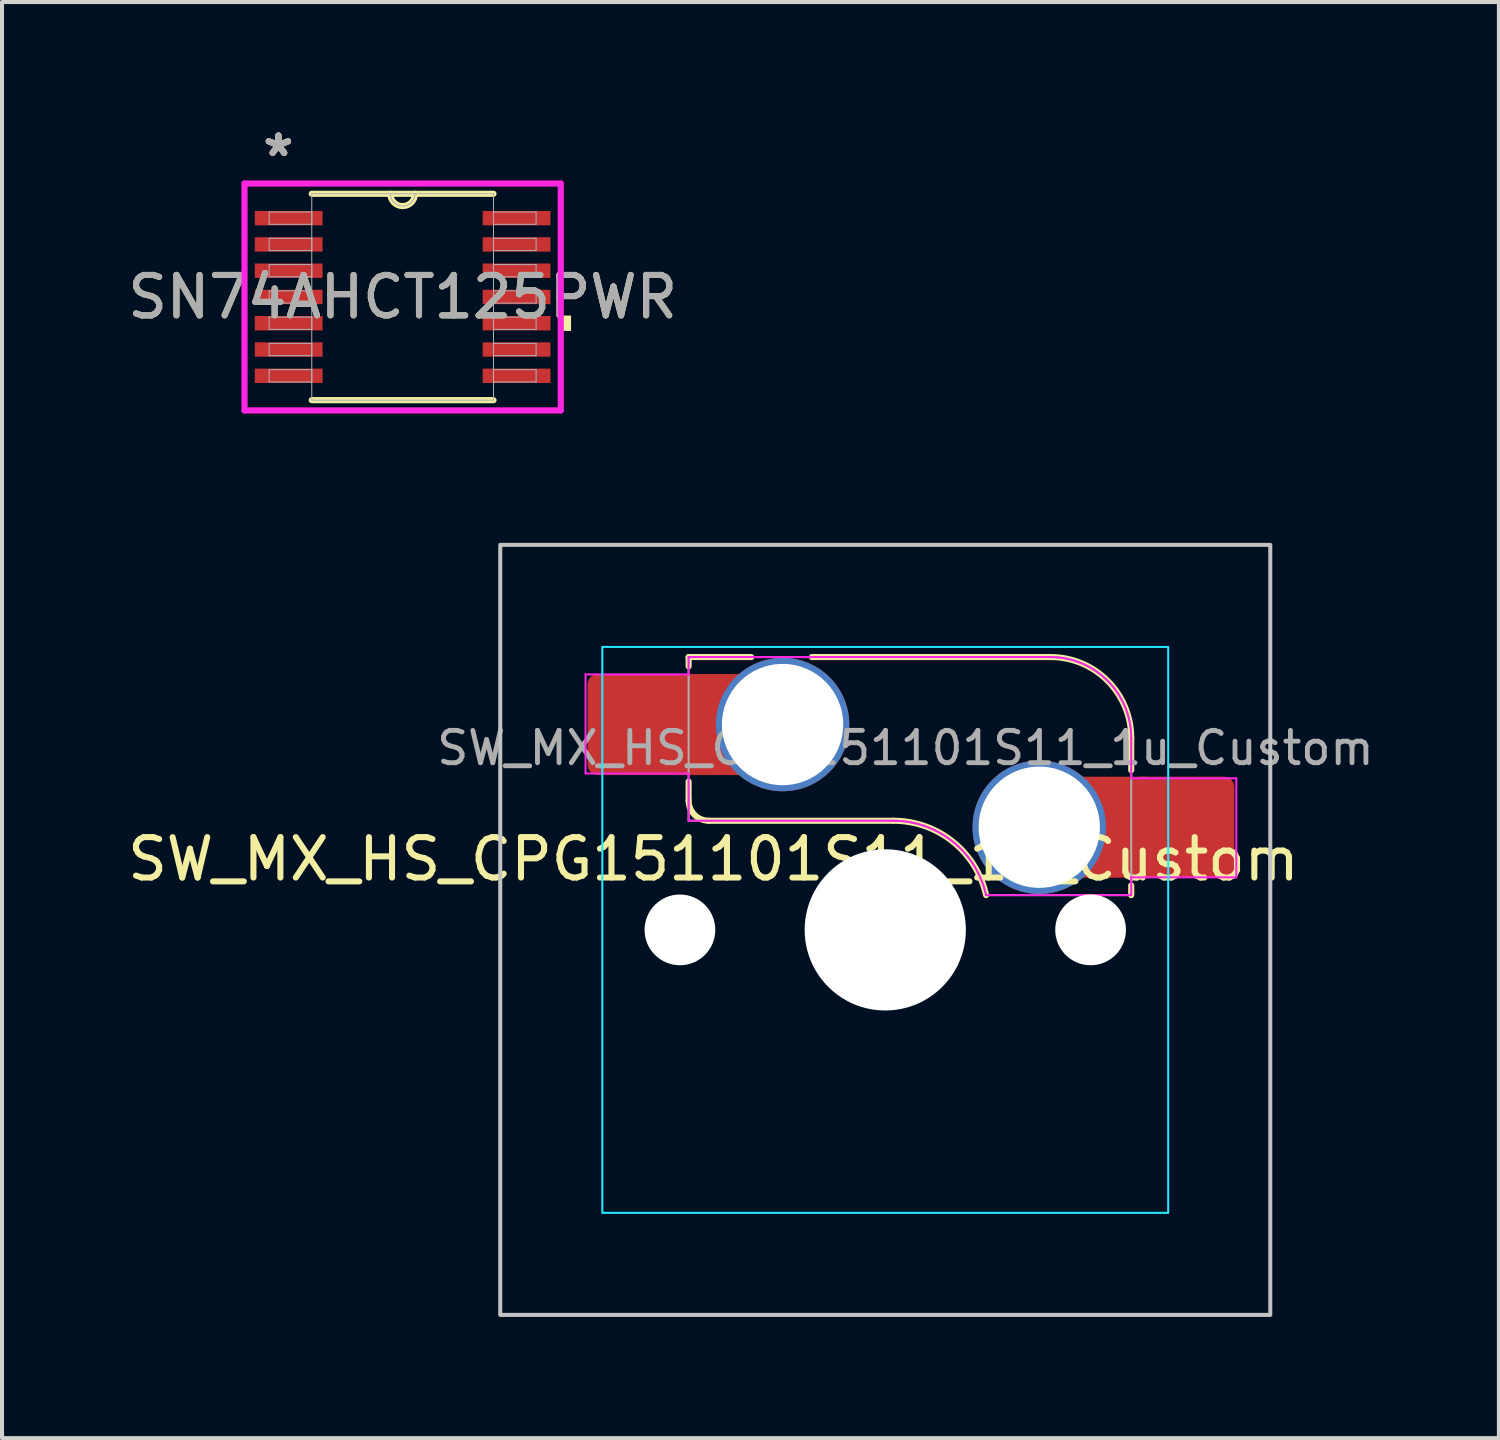
<source format=kicad_pcb>
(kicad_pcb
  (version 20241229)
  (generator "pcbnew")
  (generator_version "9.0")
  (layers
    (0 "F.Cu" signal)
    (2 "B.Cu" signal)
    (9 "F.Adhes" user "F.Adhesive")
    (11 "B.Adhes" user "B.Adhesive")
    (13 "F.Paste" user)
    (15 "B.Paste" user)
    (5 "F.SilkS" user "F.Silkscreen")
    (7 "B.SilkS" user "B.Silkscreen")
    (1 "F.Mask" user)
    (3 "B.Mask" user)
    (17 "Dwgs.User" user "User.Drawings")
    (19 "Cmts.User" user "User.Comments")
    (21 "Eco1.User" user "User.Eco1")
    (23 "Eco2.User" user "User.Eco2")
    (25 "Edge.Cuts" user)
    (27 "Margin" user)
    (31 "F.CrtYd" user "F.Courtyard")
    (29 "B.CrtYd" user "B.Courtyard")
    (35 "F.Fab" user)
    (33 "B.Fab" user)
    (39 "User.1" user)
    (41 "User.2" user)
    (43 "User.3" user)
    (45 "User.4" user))
  (footprint "SN74AHCT125PWR"
    (layer "F.Cu")
    (at 6.911 4.297)
    (property "Reference" "SN74AHCT125PWR" (at 0 0 0) (unlocked yes) (layer "F.SilkS") (effects (font (size 1 1) (thickness 0.15))))
    (attr smd)
    (fp_line (start -2.248 2.553) (end 2.248 2.553) (stroke (width 0.152) (type solid)) (layer "F.SilkS"))
    (fp_line (start 2.248 -2.553) (end -2.248 -2.553) (stroke (width 0.152) (type solid)) (layer "F.SilkS"))
    (fp_arc (start 0.3048 -2.5527) (mid 0 -2.2479) (end -0.3048 -2.5527) (stroke (width 0.1524) (type solid)) (layer "F.SilkS"))
    (fp_poly (pts (xy 4.166 0.459) (xy 4.166 0.84) (xy 3.912 0.84) (xy 3.912 0.459)) (stroke (width 0) (type solid)) (fill yes) (layer "F.SilkS"))
    (fp_line (start -3.912 -2.807) (end 3.912 -2.807) (stroke (width 0.152) (type solid)) (layer "F.CrtYd"))
    (fp_line (start -3.912 2.807) (end -3.912 -2.807) (stroke (width 0.152) (type solid)) (layer "F.CrtYd"))
    (fp_line (start 3.912 -2.807) (end 3.912 2.807) (stroke (width 0.152) (type solid)) (layer "F.CrtYd"))
    (fp_line (start 3.912 2.807) (end -3.912 2.807) (stroke (width 0.152) (type solid)) (layer "F.CrtYd"))
    (fp_line (start -3.302 -2.102) (end -3.302 -1.798) (stroke (width 0.025) (type solid)) (layer "F.Fab"))
    (fp_line (start -3.302 -1.798) (end -2.248 -1.798) (stroke (width 0.025) (type solid)) (layer "F.Fab"))
    (fp_line (start -3.302 -1.452) (end -3.302 -1.148) (stroke (width 0.025) (type solid)) (layer "F.Fab"))
    (fp_line (start -3.302 -1.148) (end -2.248 -1.148) (stroke (width 0.025) (type solid)) (layer "F.Fab"))
    (fp_line (start -3.302 -0.802) (end -3.302 -0.498) (stroke (width 0.025) (type solid)) (layer "F.Fab"))
    (fp_line (start -3.302 -0.498) (end -2.248 -0.498) (stroke (width 0.025) (type solid)) (layer "F.Fab"))
    (fp_line (start -3.302 -0.152) (end -3.302 0.152) (stroke (width 0.025) (type solid)) (layer "F.Fab"))
    (fp_line (start -3.302 0.152) (end -2.248 0.152) (stroke (width 0.025) (type solid)) (layer "F.Fab"))
    (fp_line (start -3.302 0.498) (end -3.302 0.802) (stroke (width 0.025) (type solid)) (layer "F.Fab"))
    (fp_line (start -3.302 0.802) (end -2.248 0.802) (stroke (width 0.025) (type solid)) (layer "F.Fab"))
    (fp_line (start -3.302 1.148) (end -3.302 1.452) (stroke (width 0.025) (type solid)) (layer "F.Fab"))
    (fp_line (start -3.302 1.452) (end -2.248 1.452) (stroke (width 0.025) (type solid)) (layer "F.Fab"))
    (fp_line (start -3.302 1.798) (end -3.302 2.102) (stroke (width 0.025) (type solid)) (layer "F.Fab"))
    (fp_line (start -3.302 2.102) (end -2.248 2.102) (stroke (width 0.025) (type solid)) (layer "F.Fab"))
    (fp_line (start -2.248 -2.553) (end -2.248 2.553) (stroke (width 0.025) (type solid)) (layer "F.Fab"))
    (fp_line (start -2.248 -2.102) (end -3.302 -2.102) (stroke (width 0.025) (type solid)) (layer "F.Fab"))
    (fp_line (start -2.248 -1.798) (end -2.248 -2.102) (stroke (width 0.025) (type solid)) (layer "F.Fab"))
    (fp_line (start -2.248 -1.452) (end -3.302 -1.452) (stroke (width 0.025) (type solid)) (layer "F.Fab"))
    (fp_line (start -2.248 -1.148) (end -2.248 -1.452) (stroke (width 0.025) (type solid)) (layer "F.Fab"))
    (fp_line (start -2.248 -0.802) (end -3.302 -0.802) (stroke (width 0.025) (type solid)) (layer "F.Fab"))
    (fp_line (start -2.248 -0.498) (end -2.248 -0.802) (stroke (width 0.025) (type solid)) (layer "F.Fab"))
    (fp_line (start -2.248 -0.152) (end -3.302 -0.152) (stroke (width 0.025) (type solid)) (layer "F.Fab"))
    (fp_line (start -2.248 0.152) (end -2.248 -0.152) (stroke (width 0.025) (type solid)) (layer "F.Fab"))
    (fp_line (start -2.248 0.498) (end -3.302 0.498) (stroke (width 0.025) (type solid)) (layer "F.Fab"))
    (fp_line (start -2.248 0.802) (end -2.248 0.498) (stroke (width 0.025) (type solid)) (layer "F.Fab"))
    (fp_line (start -2.248 1.148) (end -3.302 1.148) (stroke (width 0.025) (type solid)) (layer "F.Fab"))
    (fp_line (start -2.248 1.452) (end -2.248 1.148) (stroke (width 0.025) (type solid)) (layer "F.Fab"))
    (fp_line (start -2.248 1.798) (end -3.302 1.798) (stroke (width 0.025) (type solid)) (layer "F.Fab"))
    (fp_line (start -2.248 2.102) (end -2.248 1.798) (stroke (width 0.025) (type solid)) (layer "F.Fab"))
    (fp_line (start -2.248 2.553) (end 2.248 2.553) (stroke (width 0.025) (type solid)) (layer "F.Fab"))
    (fp_line (start 2.248 -2.553) (end -2.248 -2.553) (stroke (width 0.025) (type solid)) (layer "F.Fab"))
    (fp_line (start 2.248 -2.102) (end 2.248 -1.798) (stroke (width 0.025) (type solid)) (layer "F.Fab"))
    (fp_line (start 2.248 -1.798) (end 3.302 -1.798) (stroke (width 0.025) (type solid)) (layer "F.Fab"))
    (fp_line (start 2.248 -1.452) (end 2.248 -1.148) (stroke (width 0.025) (type solid)) (layer "F.Fab"))
    (fp_line (start 2.248 -1.148) (end 3.302 -1.148) (stroke (width 0.025) (type solid)) (layer "F.Fab"))
    (fp_line (start 2.248 -0.802) (end 2.248 -0.498) (stroke (width 0.025) (type solid)) (layer "F.Fab"))
    (fp_line (start 2.248 -0.498) (end 3.302 -0.498) (stroke (width 0.025) (type solid)) (layer "F.Fab"))
    (fp_line (start 2.248 -0.152) (end 2.248 0.152) (stroke (width 0.025) (type solid)) (layer "F.Fab"))
    (fp_line (start 2.248 0.152) (end 3.302 0.152) (stroke (width 0.025) (type solid)) (layer "F.Fab"))
    (fp_line (start 2.248 0.498) (end 2.248 0.802) (stroke (width 0.025) (type solid)) (layer "F.Fab"))
    (fp_line (start 2.248 0.802) (end 3.302 0.802) (stroke (width 0.025) (type solid)) (layer "F.Fab"))
    (fp_line (start 2.248 1.148) (end 2.248 1.452) (stroke (width 0.025) (type solid)) (layer "F.Fab"))
    (fp_line (start 2.248 1.452) (end 3.302 1.452) (stroke (width 0.025) (type solid)) (layer "F.Fab"))
    (fp_line (start 2.248 1.798) (end 2.248 2.102) (stroke (width 0.025) (type solid)) (layer "F.Fab"))
    (fp_line (start 2.248 2.102) (end 3.302 2.102) (stroke (width 0.025) (type solid)) (layer "F.Fab"))
    (fp_line (start 2.248 2.553) (end 2.248 -2.553) (stroke (width 0.025) (type solid)) (layer "F.Fab"))
    (fp_line (start 3.302 -2.102) (end 2.248 -2.102) (stroke (width 0.025) (type solid)) (layer "F.Fab"))
    (fp_line (start 3.302 -1.798) (end 3.302 -2.102) (stroke (width 0.025) (type solid)) (layer "F.Fab"))
    (fp_line (start 3.302 -1.452) (end 2.248 -1.452) (stroke (width 0.025) (type solid)) (layer "F.Fab"))
    (fp_line (start 3.302 -1.148) (end 3.302 -1.452) (stroke (width 0.025) (type solid)) (layer "F.Fab"))
    (fp_line (start 3.302 -0.802) (end 2.248 -0.802) (stroke (width 0.025) (type solid)) (layer "F.Fab"))
    (fp_line (start 3.302 -0.498) (end 3.302 -0.802) (stroke (width 0.025) (type solid)) (layer "F.Fab"))
    (fp_line (start 3.302 -0.152) (end 2.248 -0.152) (stroke (width 0.025) (type solid)) (layer "F.Fab"))
    (fp_line (start 3.302 0.152) (end 3.302 -0.152) (stroke (width 0.025) (type solid)) (layer "F.Fab"))
    (fp_line (start 3.302 0.498) (end 2.248 0.498) (stroke (width 0.025) (type solid)) (layer "F.Fab"))
    (fp_line (start 3.302 0.802) (end 3.302 0.498) (stroke (width 0.025) (type solid)) (layer "F.Fab"))
    (fp_line (start 3.302 1.148) (end 2.248 1.148) (stroke (width 0.025) (type solid)) (layer "F.Fab"))
    (fp_line (start 3.302 1.452) (end 3.302 1.148) (stroke (width 0.025) (type solid)) (layer "F.Fab"))
    (fp_line (start 3.302 1.798) (end 2.248 1.798) (stroke (width 0.025) (type solid)) (layer "F.Fab"))
    (fp_line (start 3.302 2.102) (end 3.302 1.798) (stroke (width 0.025) (type solid)) (layer "F.Fab"))
    (fp_arc (start 0.3048 -2.5527) (mid 0 -2.2479) (end -0.3048 -2.5527) (stroke (width 0.0254) (type solid)) (layer "F.Fab"))
    (fp_text user "*" (at -3.073 -3.449 0) (layer "F.SilkS") (effects (font (size 1 1) (thickness 0.15))))
    (fp_text user "*" (at -3.073 -3.449 0) (unlocked yes) (layer "F.SilkS") (effects (font (size 1 1) (thickness 0.15))))
    (fp_text user "${REFERENCE}" (at 0 0 0) (unlocked yes) (layer "F.Fab") (effects (font (size 1 1) (thickness 0.15))))
    (fp_text user "*" (at -3.073 -3.449 0) (layer "F.Fab") (effects (font (size 1 1) (thickness 0.15))))
    (fp_text user "*" (at -3.073 -3.449 0) (unlocked yes) (layer "F.Fab") (effects (font (size 1 1) (thickness 0.15))))
    (pad "1" smd rect (at -2.819 -1.95) (size 1.676 0.356) (layers "F.Cu" "F.Mask" "F.Paste"))
    (pad "2" smd rect (at -2.819 -1.3) (size 1.676 0.356) (layers "F.Cu" "F.Mask" "F.Paste"))
    (pad "3" smd rect (at -2.819 -0.65) (size 1.676 0.356) (layers "F.Cu" "F.Mask" "F.Paste"))
    (pad "4" smd rect (at -2.819 0) (size 1.676 0.356) (layers "F.Cu" "F.Mask" "F.Paste"))
    (pad "5" smd rect (at -2.819 0.65) (size 1.676 0.356) (layers "F.Cu" "F.Mask" "F.Paste"))
    (pad "6" smd rect (at -2.819 1.3) (size 1.676 0.356) (layers "F.Cu" "F.Mask" "F.Paste"))
    (pad "7" smd rect (at -2.819 1.95) (size 1.676 0.356) (layers "F.Cu" "F.Mask" "F.Paste"))
    (pad "8" smd rect (at 2.819 1.95) (size 1.676 0.356) (layers "F.Cu" "F.Mask" "F.Paste"))
    (pad "9" smd rect (at 2.819 1.3) (size 1.676 0.356) (layers "F.Cu" "F.Mask" "F.Paste"))
    (pad "10" smd rect (at 2.819 0.65) (size 1.676 0.356) (layers "F.Cu" "F.Mask" "F.Paste"))
    (pad "11" smd rect (at 2.819 0) (size 1.676 0.356) (layers "F.Cu" "F.Mask" "F.Paste"))
    (pad "12" smd rect (at 2.819 -0.65) (size 1.676 0.356) (layers "F.Cu" "F.Mask" "F.Paste"))
    (pad "13" smd rect (at 2.819 -1.3) (size 1.676 0.356) (layers "F.Cu" "F.Mask" "F.Paste"))
    (pad "14" smd rect (at 2.819 -1.95) (size 1.676 0.356) (layers "F.Cu" "F.Mask" "F.Paste")))
  (footprint "SW_MX_HS_CPG151101S11_1u_Custom"
    (layer "F.Cu")
    (at 9.326 10.43)
    (property "Reference" "SW_MX_HS_CPG151101S11_1u_Custom" (at 5.275 7.775 0) (layer "F.SilkS") (effects (font (size 1 1) (thickness 0.15))))
    (attr smd)
    (fp_line (start 4.66 2.775) (end 4.66 3.005) (stroke (width 0.15) (type solid)) (layer "F.SilkS"))
    (fp_line (start 4.66 5.855) (end 4.66 6.325) (stroke (width 0.15) (type solid)) (layer "F.SilkS"))
    (fp_line (start 5.16 6.825) (end 9.725 6.825) (stroke (width 0.15) (type solid)) (layer "F.SilkS"))
    (fp_line (start 6.21 2.775) (end 4.66 2.775) (stroke (width 0.15) (type solid)) (layer "F.SilkS"))
    (fp_line (start 13.61 2.775) (end 7.71 2.775) (stroke (width 0.15) (type solid)) (layer "F.SilkS"))
    (fp_line (start 15.61 5.575) (end 15.61 4.775) (stroke (width 0.15) (type solid)) (layer "F.SilkS"))
    (fp_line (start 15.61 8.425) (end 15.61 8.665) (stroke (width 0.15) (type solid)) (layer "F.SilkS"))
    (fp_arc (start 5.160176 6.82478) (mid 4.806623 6.678333) (end 4.660176 6.32478) (stroke (width 0.15) (type solid)) (layer "F.SilkS"))
    (fp_arc (start 9.725 6.82478) (mid 11.195693 7.341363) (end 12.019322 8.66478) (stroke (width 0.15) (type solid)) (layer "F.SilkS"))
    (fp_arc (start 13.610176 2.77478) (mid 15.024392 3.360565) (end 15.610176 4.77478) (stroke (width 0.15) (type solid)) (layer "F.SilkS"))
    (fp_rect (start 0 0) (end 19.05 19.05) (stroke (width 0.1) (type default)) (fill no) (layer "Dwgs.User"))
    (fp_line (start 2.525 3.025) (end 2.525 16.025) (stroke (width 0.05) (type solid)) (layer "Eco2.User"))
    (fp_line (start 3.025 16.525) (end 16.025 16.525) (stroke (width 0.05) (type solid)) (layer "Eco2.User"))
    (fp_line (start 16.025 2.525) (end 3.025 2.525) (stroke (width 0.05) (type solid)) (layer "Eco2.User"))
    (fp_line (start 16.525 16.025) (end 16.525 3.025) (stroke (width 0.05) (type solid)) (layer "Eco2.User"))
    (fp_arc (start 2.525 3.025) (mid 2.671447 2.671447) (end 3.025 2.525) (stroke (width 0.05) (type solid)) (layer "Eco2.User"))
    (fp_arc (start 3.027764 16.523884) (mid 2.674211 16.377437) (end 2.527764 16.023884) (stroke (width 0.05) (type solid)) (layer "Eco2.User"))
    (fp_arc (start 16.025 2.525) (mid 16.378553 2.671447) (end 16.525 3.025) (stroke (width 0.05) (type solid)) (layer "Eco2.User"))
    (fp_arc (start 16.525 16.025) (mid 16.378553 16.378553) (end 16.025 16.525) (stroke (width 0.05) (type solid)) (layer "Eco2.User"))
    (fp_rect (start 2.525 2.525) (end 16.525 16.525) (stroke (width 0.05) (type default)) (fill no) (layer "B.CrtYd"))
    (fp_line (start 2.11 3.205) (end 4.66 3.205) (stroke (width 0.05) (type solid)) (layer "F.CrtYd"))
    (fp_line (start 2.11 5.655) (end 2.11 3.205) (stroke (width 0.05) (type solid)) (layer "F.CrtYd"))
    (fp_line (start 4.66 2.775) (end 4.66 3.205) (stroke (width 0.05) (type solid)) (layer "F.CrtYd"))
    (fp_line (start 4.66 5.655) (end 2.11 5.655) (stroke (width 0.05) (type solid)) (layer "F.CrtYd"))
    (fp_line (start 4.66 5.655) (end 4.66 6.825) (stroke (width 0.05) (type solid)) (layer "F.CrtYd"))
    (fp_line (start 4.66 6.825) (end 9.725 6.825) (stroke (width 0.05) (type solid)) (layer "F.CrtYd"))
    (fp_line (start 13.61 2.775) (end 4.66 2.775) (stroke (width 0.05) (type solid)) (layer "F.CrtYd"))
    (fp_line (start 15.61 5.775) (end 15.61 4.775) (stroke (width 0.05) (type solid)) (layer "F.CrtYd"))
    (fp_line (start 15.61 5.775) (end 18.21 5.775) (stroke (width 0.05) (type solid)) (layer "F.CrtYd"))
    (fp_line (start 15.61 8.225) (end 15.61 8.665) (stroke (width 0.05) (type solid)) (layer "F.CrtYd"))
    (fp_line (start 15.61 8.665) (end 12.019 8.665) (stroke (width 0.05) (type solid)) (layer "F.CrtYd"))
    (fp_line (start 18.21 5.775) (end 18.21 8.225) (stroke (width 0.05) (type solid)) (layer "F.CrtYd"))
    (fp_line (start 18.21 8.225) (end 15.61 8.225) (stroke (width 0.05) (type solid)) (layer "F.CrtYd"))
    (fp_arc (start 9.725 6.82478) (mid 11.195502 7.341601) (end 12.019322 8.66478) (stroke (width 0.05) (type solid)) (layer "F.CrtYd"))
    (fp_arc (start 13.610176 2.77478) (mid 15.024392 3.360565) (end 15.610176 4.77478) (stroke (width 0.05) (type solid)) (layer "F.CrtYd"))
    (fp_line (start 4.66 2.775) (end 4.66 6.825) (stroke (width 0.05) (type solid)) (layer "F.Fab"))
    (fp_line (start 4.66 6.825) (end 9.725 6.825) (stroke (width 0.05) (type solid)) (layer "F.Fab"))
    (fp_line (start 13.61 2.775) (end 4.66 2.775) (stroke (width 0.05) (type solid)) (layer "F.Fab"))
    (fp_line (start 15.61 8.665) (end 12.019 8.665) (stroke (width 0.05) (type solid)) (layer "F.Fab"))
    (fp_line (start 15.61 8.665) (end 15.61 4.775) (stroke (width 0.05) (type solid)) (layer "F.Fab"))
    (fp_arc (start 9.725 6.82478) (mid 11.195502 7.341601) (end 12.019322 8.66478) (stroke (width 0.05) (type solid)) (layer "F.Fab"))
    (fp_arc (start 13.610176 2.77478) (mid 15.024392 3.360565) (end 15.610176 4.77478) (stroke (width 0.05) (type solid)) (layer "F.Fab"))
    (fp_text user "${REFERENCE}" (at 10.025 5.025 0) (layer "F.Fab") (effects (font (size 0.8 0.8) (thickness 0.12))))
    (pad "" np_thru_hole circle (at 4.445 9.525) (size 1.75 1.75) (drill 1.75) (layers "*.Cu" "*.Mask"))
    (pad "" np_thru_hole circle (at 9.525 9.525) (size 3.988 3.988) (drill 3.988) (layers "*.Cu" "*.Mask"))
    (pad "" np_thru_hole circle (at 14.605 9.525) (size 1.75 1.75) (drill 1.75) (layers "*.Cu" "*.Mask"))
    (pad "1" thru_hole circle (at 13.335 6.985) (size 3.3 3.3) (drill 3) (layers "*.Cu" "*.Mask"))
    (pad "1" smd rect (at 15.16 6.985 180) (size 1.65 2.5) (layers "F.Cu"))
    (pad "1" smd roundrect (at 16.885 6.985) (size 2.55 2.5) (layers "F.Cu" "F.Mask" "F.Paste") (roundrect_rratio 0.1))
    (pad "2" smd roundrect (at 3.435 4.445) (size 2.55 2.5) (layers "F.Cu" "F.Mask" "F.Paste") (roundrect_rratio 0.1))
    (pad "2" smd rect (at 5.185 4.445) (size 1.65 2.5) (layers "F.Cu"))
    (pad "2" thru_hole circle (at 6.985 4.445) (size 3.3 3.3) (drill 3) (layers "*.Cu" "*.Mask")))
  (gr_rect
    (start -3 -3)
    (end 34.032 32.53)
    (stroke (width 0.1) (type default))
    (fill no)
    (layer "Edge.Cuts")))
</source>
